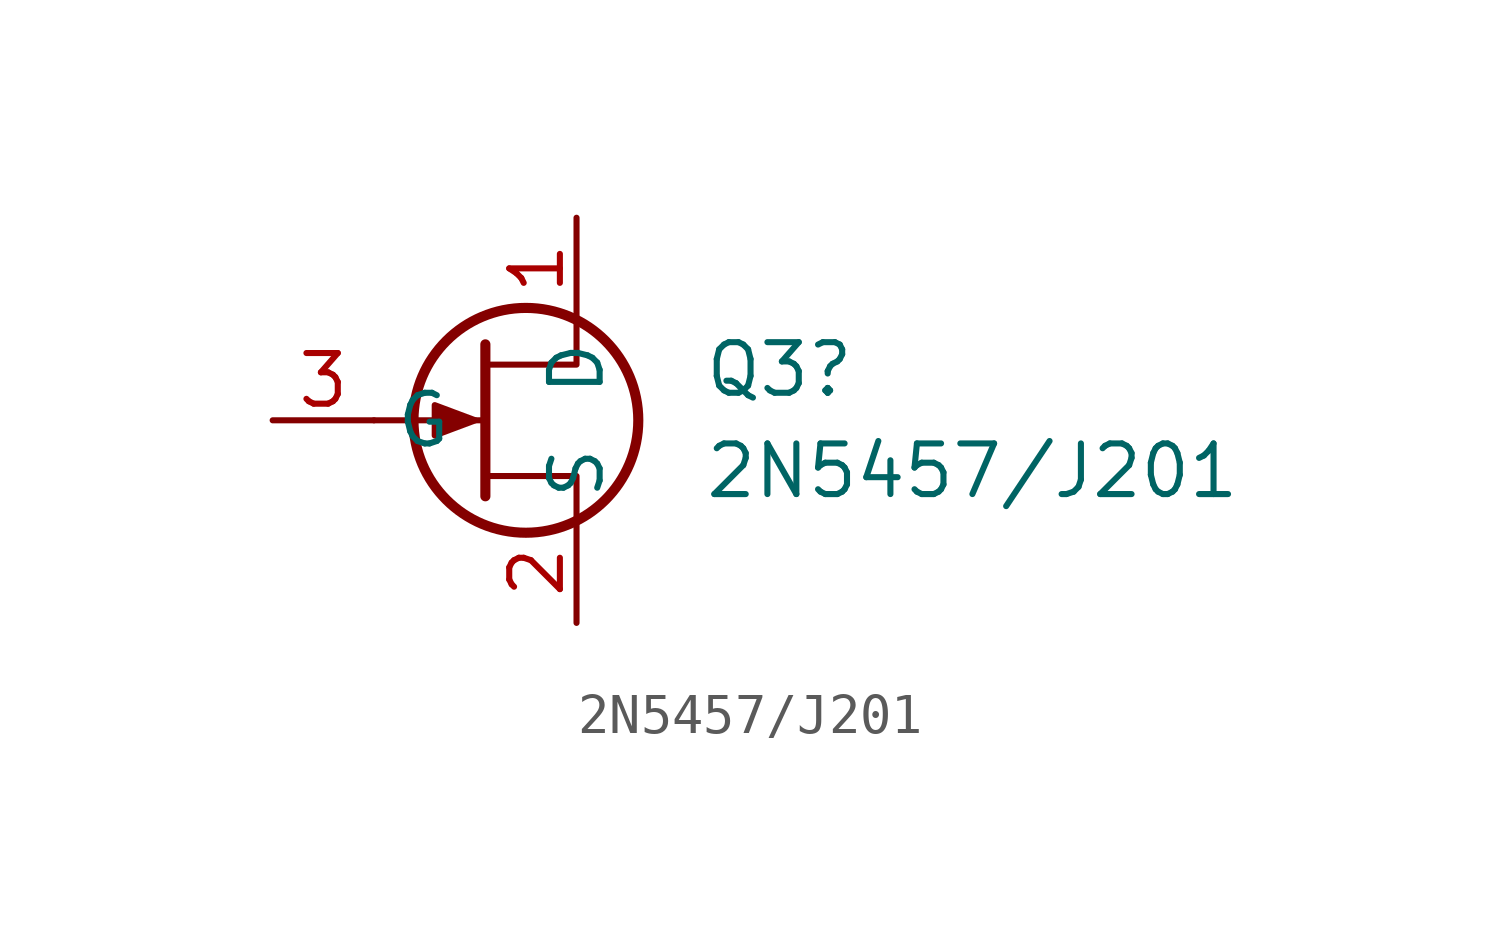
<source format=kicad_sym>
(kicad_symbol_lib
  (version 20211014)
  (generator kicad_symbol_editor)
  (symbol "2N5457/J201"
    (property "Reference" "Q3"
      (at 5.715 1.27 0)
      (effects (font (size 1.27 1.27)) (justify left)))
    (property "Value" "2N5457/J201"
      (at 5.715 -1.27 0)
      (effects (font (size 1.27 1.27)) (justify left)))
    (symbol "2N5457/J201_0_1"
      (polyline (pts (xy 0.254 0) (xy -2.54 0)) (stroke (width 0) (type default) (color 0 0 0 0)) (fill (type none)))
      (polyline (pts (xy 0.254 1.905) (xy 0.254 -1.905)) (stroke (width 0.254) (type default) (color 0 0 0 0)) (fill (type none)))
      (polyline (pts (xy 2.54 -2.54) (xy 2.54 -1.397) (xy 0.254 -1.397)) (stroke (width 0) (type default) (color 0 0 0 0)) (fill (type none)))
      (polyline (pts (xy 2.54 2.54) (xy 2.54 1.397) (xy 0.254 1.397)) (stroke (width 0) (type default) (color 0 0 0 0)) (fill (type none)))
      (polyline (pts (xy 0 0) (xy -1.016 0.381) (xy -1.016 -0.381) (xy 0 0)) (stroke (width 0) (type default) (color 0 0 0 0)) (fill (type outline)))
      (circle (center 1.27 0) (radius 2.819) (stroke (width 0.254) (type default) (color 0 0 0 0)) (fill (type none))))
    (symbol "2N5457/J201_1_1"
      (pin passive line (at 2.54 5.08 270) (length 2.54) (name "D" (effects (font (size 1.27 1.27)))) (number "1" (effects (font (size 1.27 1.27)))))
      (pin passive line (at 2.54 -5.08 90) (length 2.54) (name "S" (effects (font (size 1.27 1.27)))) (number "2" (effects (font (size 1.27 1.27)))))
      (pin input line (at -5.08 0 0) (length 2.54) (name "G" (effects (font (size 1.27 1.27)))) (number "3" (effects (font (size 1.27 1.27))))))))
</source>
